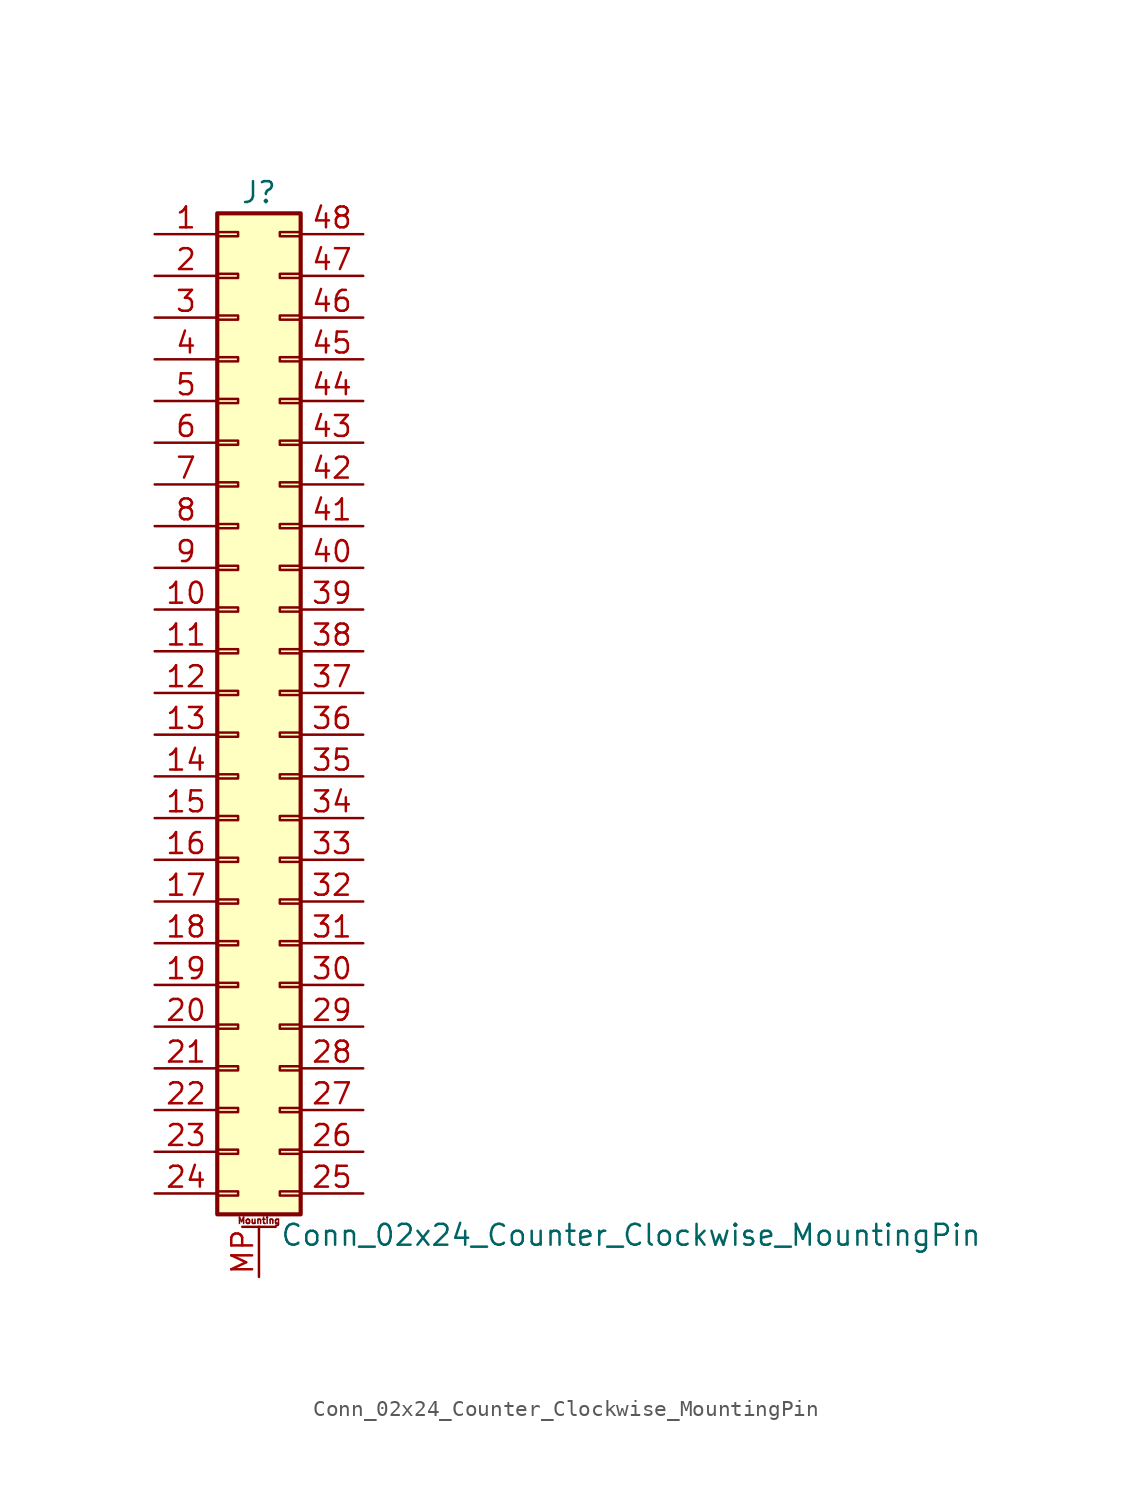
<source format=kicad_sym>
(kicad_symbol_lib
  (version 20201005)
  (generator kicad_symbol_editor)
  (symbol "Conn_02x24_Counter_Clockwise_MountingPin"
    (pin_names
      (offset 1.016) hide)
    (property "Reference" "J"
      (at 1.27 30.48 0)
      (effects (font (size 1.27 1.27))))
    (property "Value" "Conn_02x24_Counter_Clockwise_MountingPin"
      (at 2.54 -33.02 0)
      (effects (font (size 1.27 1.27)) (justify left)))
    (symbol "Conn_02x24_Counter_Clockwise_MountingPin_1_1"
      (text "Mounting" (at 1.27 -32.131 0) (effects (font (size 0.381 0.381))))
      (rectangle (start -1.27 -30.353) (end 0 -30.607) (stroke (width 0.152)) (fill (type none)))
      (rectangle (start -1.27 -27.813) (end 0 -28.067) (stroke (width 0.152)) (fill (type none)))
      (rectangle (start -1.27 -25.273) (end 0 -25.527) (stroke (width 0.152)) (fill (type none)))
      (rectangle (start -1.27 -22.733) (end 0 -22.987) (stroke (width 0.152)) (fill (type none)))
      (rectangle (start -1.27 -20.193) (end 0 -20.447) (stroke (width 0.152)) (fill (type none)))
      (rectangle (start -1.27 -17.653) (end 0 -17.907) (stroke (width 0.152)) (fill (type none)))
      (rectangle (start -1.27 -15.113) (end 0 -15.367) (stroke (width 0.152)) (fill (type none)))
      (rectangle (start -1.27 -12.573) (end 0 -12.827) (stroke (width 0.152)) (fill (type none)))
      (rectangle (start -1.27 -10.033) (end 0 -10.287) (stroke (width 0.152)) (fill (type none)))
      (rectangle (start -1.27 -7.493) (end 0 -7.747) (stroke (width 0.152)) (fill (type none)))
      (rectangle (start -1.27 -4.953) (end 0 -5.207) (stroke (width 0.152)) (fill (type none)))
      (rectangle (start -1.27 -2.413) (end 0 -2.667) (stroke (width 0.152)) (fill (type none)))
      (rectangle (start -1.27 0.127) (end 0 -0.127) (stroke (width 0.152)) (fill (type none)))
      (rectangle (start -1.27 2.667) (end 0 2.413) (stroke (width 0.152)) (fill (type none)))
      (rectangle (start -1.27 5.207) (end 0 4.953) (stroke (width 0.152)) (fill (type none)))
      (rectangle (start -1.27 7.747) (end 0 7.493) (stroke (width 0.152)) (fill (type none)))
      (rectangle (start -1.27 10.287) (end 0 10.033) (stroke (width 0.152)) (fill (type none)))
      (rectangle (start -1.27 12.827) (end 0 12.573) (stroke (width 0.152)) (fill (type none)))
      (rectangle (start -1.27 15.367) (end 0 15.113) (stroke (width 0.152)) (fill (type none)))
      (rectangle (start -1.27 17.907) (end 0 17.653) (stroke (width 0.152)) (fill (type none)))
      (rectangle (start -1.27 20.447) (end 0 20.193) (stroke (width 0.152)) (fill (type none)))
      (rectangle (start -1.27 22.987) (end 0 22.733) (stroke (width 0.152)) (fill (type none)))
      (rectangle (start -1.27 25.527) (end 0 25.273) (stroke (width 0.152)) (fill (type none)))
      (rectangle (start -1.27 28.067) (end 0 27.813) (stroke (width 0.152)) (fill (type none)))
      (rectangle (start -1.27 29.21) (end 3.81 -31.75) (stroke (width 0.254)) (fill (type background)))
      (rectangle (start 3.81 -30.353) (end 2.54 -30.607) (stroke (width 0.152)) (fill (type none)))
      (rectangle (start 3.81 -27.813) (end 2.54 -28.067) (stroke (width 0.152)) (fill (type none)))
      (rectangle (start 3.81 -25.273) (end 2.54 -25.527) (stroke (width 0.152)) (fill (type none)))
      (rectangle (start 3.81 -22.733) (end 2.54 -22.987) (stroke (width 0.152)) (fill (type none)))
      (rectangle (start 3.81 -20.193) (end 2.54 -20.447) (stroke (width 0.152)) (fill (type none)))
      (rectangle (start 3.81 -17.653) (end 2.54 -17.907) (stroke (width 0.152)) (fill (type none)))
      (rectangle (start 3.81 -15.113) (end 2.54 -15.367) (stroke (width 0.152)) (fill (type none)))
      (rectangle (start 3.81 -12.573) (end 2.54 -12.827) (stroke (width 0.152)) (fill (type none)))
      (rectangle (start 3.81 -10.033) (end 2.54 -10.287) (stroke (width 0.152)) (fill (type none)))
      (rectangle (start 3.81 -7.493) (end 2.54 -7.747) (stroke (width 0.152)) (fill (type none)))
      (rectangle (start 3.81 -4.953) (end 2.54 -5.207) (stroke (width 0.152)) (fill (type none)))
      (rectangle (start 3.81 -2.413) (end 2.54 -2.667) (stroke (width 0.152)) (fill (type none)))
      (rectangle (start 3.81 0.127) (end 2.54 -0.127) (stroke (width 0.152)) (fill (type none)))
      (rectangle (start 3.81 2.667) (end 2.54 2.413) (stroke (width 0.152)) (fill (type none)))
      (rectangle (start 3.81 5.207) (end 2.54 4.953) (stroke (width 0.152)) (fill (type none)))
      (rectangle (start 3.81 7.747) (end 2.54 7.493) (stroke (width 0.152)) (fill (type none)))
      (rectangle (start 3.81 10.287) (end 2.54 10.033) (stroke (width 0.152)) (fill (type none)))
      (rectangle (start 3.81 12.827) (end 2.54 12.573) (stroke (width 0.152)) (fill (type none)))
      (rectangle (start 3.81 15.367) (end 2.54 15.113) (stroke (width 0.152)) (fill (type none)))
      (rectangle (start 3.81 17.907) (end 2.54 17.653) (stroke (width 0.152)) (fill (type none)))
      (rectangle (start 3.81 20.447) (end 2.54 20.193) (stroke (width 0.152)) (fill (type none)))
      (rectangle (start 3.81 22.987) (end 2.54 22.733) (stroke (width 0.152)) (fill (type none)))
      (rectangle (start 3.81 25.527) (end 2.54 25.273) (stroke (width 0.152)) (fill (type none)))
      (rectangle (start 3.81 28.067) (end 2.54 27.813) (stroke (width 0.152)) (fill (type none)))
      (polyline (pts (xy 0.254 -32.512) (xy 2.286 -32.512)) (stroke (width 0.152)) (fill (type none)))
      (pin passive line (at -5.08 27.94 0) (length 3.81) (name "Pin_1" (effects (font (size 1.27 1.27)))) (number "1" (effects (font (size 1.27 1.27)))))
      (pin passive line (at -5.08 5.08 0) (length 3.81) (name "Pin_10" (effects (font (size 1.27 1.27)))) (number "10" (effects (font (size 1.27 1.27)))))
      (pin passive line (at -5.08 2.54 0) (length 3.81) (name "Pin_11" (effects (font (size 1.27 1.27)))) (number "11" (effects (font (size 1.27 1.27)))))
      (pin passive line (at -5.08 0 0) (length 3.81) (name "Pin_12" (effects (font (size 1.27 1.27)))) (number "12" (effects (font (size 1.27 1.27)))))
      (pin passive line (at -5.08 -2.54 0) (length 3.81) (name "Pin_13" (effects (font (size 1.27 1.27)))) (number "13" (effects (font (size 1.27 1.27)))))
      (pin passive line (at -5.08 -5.08 0) (length 3.81) (name "Pin_14" (effects (font (size 1.27 1.27)))) (number "14" (effects (font (size 1.27 1.27)))))
      (pin passive line (at -5.08 -7.62 0) (length 3.81) (name "Pin_15" (effects (font (size 1.27 1.27)))) (number "15" (effects (font (size 1.27 1.27)))))
      (pin passive line (at -5.08 -10.16 0) (length 3.81) (name "Pin_16" (effects (font (size 1.27 1.27)))) (number "16" (effects (font (size 1.27 1.27)))))
      (pin passive line (at -5.08 -12.7 0) (length 3.81) (name "Pin_17" (effects (font (size 1.27 1.27)))) (number "17" (effects (font (size 1.27 1.27)))))
      (pin passive line (at -5.08 -15.24 0) (length 3.81) (name "Pin_18" (effects (font (size 1.27 1.27)))) (number "18" (effects (font (size 1.27 1.27)))))
      (pin passive line (at -5.08 -17.78 0) (length 3.81) (name "Pin_19" (effects (font (size 1.27 1.27)))) (number "19" (effects (font (size 1.27 1.27)))))
      (pin passive line (at -5.08 25.4 0) (length 3.81) (name "Pin_2" (effects (font (size 1.27 1.27)))) (number "2" (effects (font (size 1.27 1.27)))))
      (pin passive line (at -5.08 -20.32 0) (length 3.81) (name "Pin_20" (effects (font (size 1.27 1.27)))) (number "20" (effects (font (size 1.27 1.27)))))
      (pin passive line (at -5.08 -22.86 0) (length 3.81) (name "Pin_21" (effects (font (size 1.27 1.27)))) (number "21" (effects (font (size 1.27 1.27)))))
      (pin passive line (at -5.08 -25.4 0) (length 3.81) (name "Pin_22" (effects (font (size 1.27 1.27)))) (number "22" (effects (font (size 1.27 1.27)))))
      (pin passive line (at -5.08 -27.94 0) (length 3.81) (name "Pin_23" (effects (font (size 1.27 1.27)))) (number "23" (effects (font (size 1.27 1.27)))))
      (pin passive line (at -5.08 -30.48 0) (length 3.81) (name "Pin_24" (effects (font (size 1.27 1.27)))) (number "24" (effects (font (size 1.27 1.27)))))
      (pin passive line (at 7.62 -30.48 180) (length 3.81) (name "Pin_25" (effects (font (size 1.27 1.27)))) (number "25" (effects (font (size 1.27 1.27)))))
      (pin passive line (at 7.62 -27.94 180) (length 3.81) (name "Pin_26" (effects (font (size 1.27 1.27)))) (number "26" (effects (font (size 1.27 1.27)))))
      (pin passive line (at 7.62 -25.4 180) (length 3.81) (name "Pin_27" (effects (font (size 1.27 1.27)))) (number "27" (effects (font (size 1.27 1.27)))))
      (pin passive line (at 7.62 -22.86 180) (length 3.81) (name "Pin_28" (effects (font (size 1.27 1.27)))) (number "28" (effects (font (size 1.27 1.27)))))
      (pin passive line (at 7.62 -20.32 180) (length 3.81) (name "Pin_29" (effects (font (size 1.27 1.27)))) (number "29" (effects (font (size 1.27 1.27)))))
      (pin passive line (at -5.08 22.86 0) (length 3.81) (name "Pin_3" (effects (font (size 1.27 1.27)))) (number "3" (effects (font (size 1.27 1.27)))))
      (pin passive line (at 7.62 -17.78 180) (length 3.81) (name "Pin_30" (effects (font (size 1.27 1.27)))) (number "30" (effects (font (size 1.27 1.27)))))
      (pin passive line (at 7.62 -15.24 180) (length 3.81) (name "Pin_31" (effects (font (size 1.27 1.27)))) (number "31" (effects (font (size 1.27 1.27)))))
      (pin passive line (at 7.62 -12.7 180) (length 3.81) (name "Pin_32" (effects (font (size 1.27 1.27)))) (number "32" (effects (font (size 1.27 1.27)))))
      (pin passive line (at 7.62 -10.16 180) (length 3.81) (name "Pin_33" (effects (font (size 1.27 1.27)))) (number "33" (effects (font (size 1.27 1.27)))))
      (pin passive line (at 7.62 -7.62 180) (length 3.81) (name "Pin_34" (effects (font (size 1.27 1.27)))) (number "34" (effects (font (size 1.27 1.27)))))
      (pin passive line (at 7.62 -5.08 180) (length 3.81) (name "Pin_35" (effects (font (size 1.27 1.27)))) (number "35" (effects (font (size 1.27 1.27)))))
      (pin passive line (at 7.62 -2.54 180) (length 3.81) (name "Pin_36" (effects (font (size 1.27 1.27)))) (number "36" (effects (font (size 1.27 1.27)))))
      (pin passive line (at 7.62 0 180) (length 3.81) (name "Pin_37" (effects (font (size 1.27 1.27)))) (number "37" (effects (font (size 1.27 1.27)))))
      (pin passive line (at 7.62 2.54 180) (length 3.81) (name "Pin_38" (effects (font (size 1.27 1.27)))) (number "38" (effects (font (size 1.27 1.27)))))
      (pin passive line (at 7.62 5.08 180) (length 3.81) (name "Pin_39" (effects (font (size 1.27 1.27)))) (number "39" (effects (font (size 1.27 1.27)))))
      (pin passive line (at -5.08 20.32 0) (length 3.81) (name "Pin_4" (effects (font (size 1.27 1.27)))) (number "4" (effects (font (size 1.27 1.27)))))
      (pin passive line (at 7.62 7.62 180) (length 3.81) (name "Pin_40" (effects (font (size 1.27 1.27)))) (number "40" (effects (font (size 1.27 1.27)))))
      (pin passive line (at 7.62 10.16 180) (length 3.81) (name "Pin_41" (effects (font (size 1.27 1.27)))) (number "41" (effects (font (size 1.27 1.27)))))
      (pin passive line (at 7.62 12.7 180) (length 3.81) (name "Pin_42" (effects (font (size 1.27 1.27)))) (number "42" (effects (font (size 1.27 1.27)))))
      (pin passive line (at 7.62 15.24 180) (length 3.81) (name "Pin_43" (effects (font (size 1.27 1.27)))) (number "43" (effects (font (size 1.27 1.27)))))
      (pin passive line (at 7.62 17.78 180) (length 3.81) (name "Pin_44" (effects (font (size 1.27 1.27)))) (number "44" (effects (font (size 1.27 1.27)))))
      (pin passive line (at 7.62 20.32 180) (length 3.81) (name "Pin_45" (effects (font (size 1.27 1.27)))) (number "45" (effects (font (size 1.27 1.27)))))
      (pin passive line (at 7.62 22.86 180) (length 3.81) (name "Pin_46" (effects (font (size 1.27 1.27)))) (number "46" (effects (font (size 1.27 1.27)))))
      (pin passive line (at 7.62 25.4 180) (length 3.81) (name "Pin_47" (effects (font (size 1.27 1.27)))) (number "47" (effects (font (size 1.27 1.27)))))
      (pin passive line (at 7.62 27.94 180) (length 3.81) (name "Pin_48" (effects (font (size 1.27 1.27)))) (number "48" (effects (font (size 1.27 1.27)))))
      (pin passive line (at -5.08 17.78 0) (length 3.81) (name "Pin_5" (effects (font (size 1.27 1.27)))) (number "5" (effects (font (size 1.27 1.27)))))
      (pin passive line (at -5.08 15.24 0) (length 3.81) (name "Pin_6" (effects (font (size 1.27 1.27)))) (number "6" (effects (font (size 1.27 1.27)))))
      (pin passive line (at -5.08 12.7 0) (length 3.81) (name "Pin_7" (effects (font (size 1.27 1.27)))) (number "7" (effects (font (size 1.27 1.27)))))
      (pin passive line (at -5.08 10.16 0) (length 3.81) (name "Pin_8" (effects (font (size 1.27 1.27)))) (number "8" (effects (font (size 1.27 1.27)))))
      (pin passive line (at -5.08 7.62 0) (length 3.81) (name "Pin_9" (effects (font (size 1.27 1.27)))) (number "9" (effects (font (size 1.27 1.27)))))
      (pin passive line (at 1.27 -35.56 90) (length 3.048) (name "MountPin" (effects (font (size 1.27 1.27)))) (number "MP" (effects (font (size 1.27 1.27))))))))
</source>
